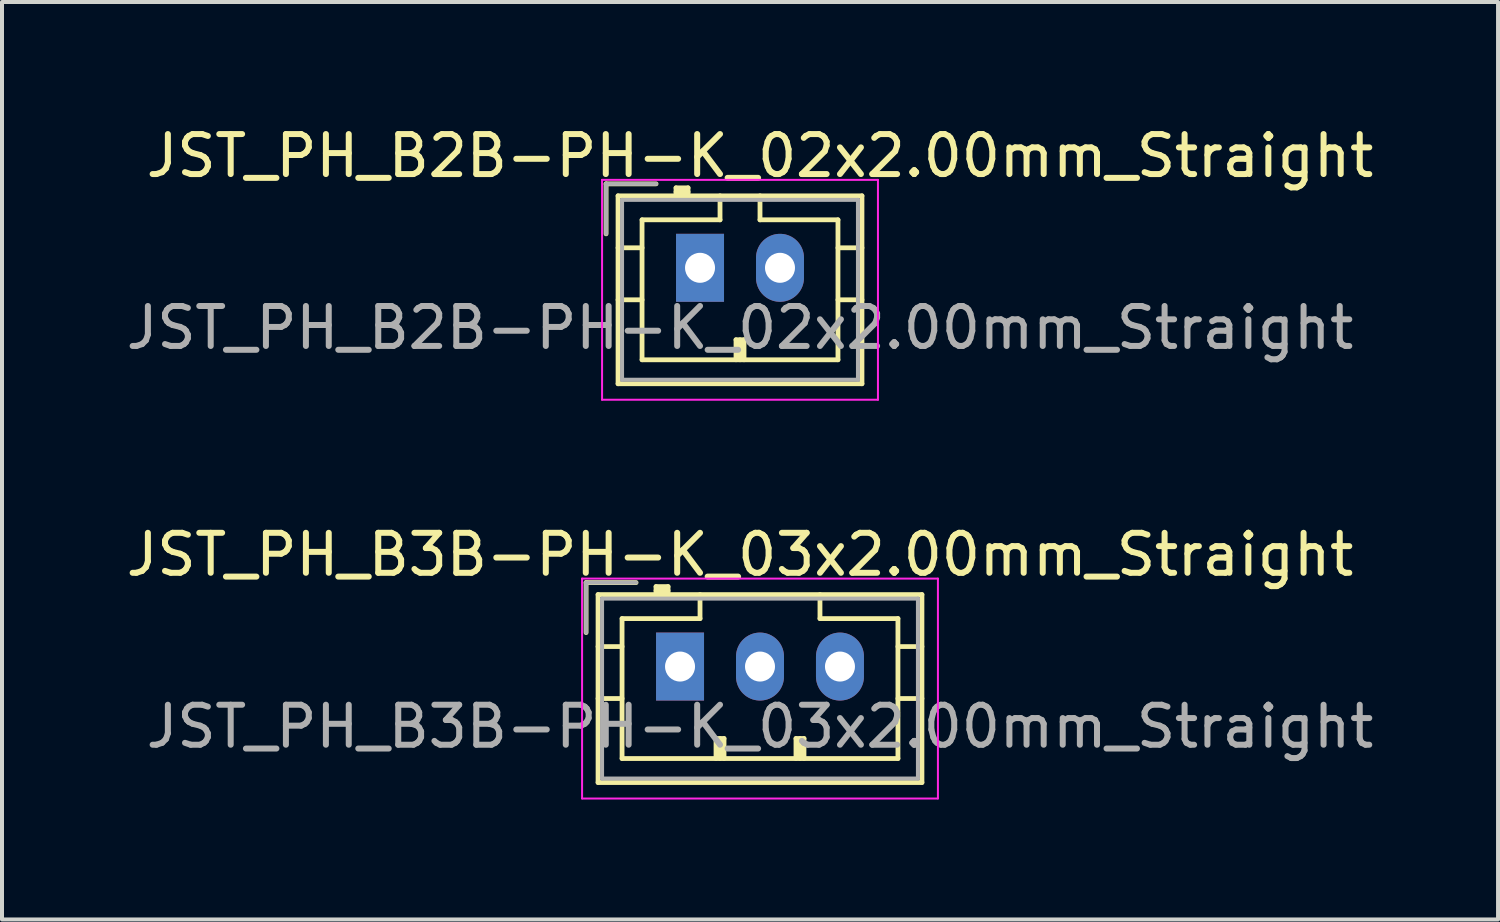
<source format=kicad_pcb>
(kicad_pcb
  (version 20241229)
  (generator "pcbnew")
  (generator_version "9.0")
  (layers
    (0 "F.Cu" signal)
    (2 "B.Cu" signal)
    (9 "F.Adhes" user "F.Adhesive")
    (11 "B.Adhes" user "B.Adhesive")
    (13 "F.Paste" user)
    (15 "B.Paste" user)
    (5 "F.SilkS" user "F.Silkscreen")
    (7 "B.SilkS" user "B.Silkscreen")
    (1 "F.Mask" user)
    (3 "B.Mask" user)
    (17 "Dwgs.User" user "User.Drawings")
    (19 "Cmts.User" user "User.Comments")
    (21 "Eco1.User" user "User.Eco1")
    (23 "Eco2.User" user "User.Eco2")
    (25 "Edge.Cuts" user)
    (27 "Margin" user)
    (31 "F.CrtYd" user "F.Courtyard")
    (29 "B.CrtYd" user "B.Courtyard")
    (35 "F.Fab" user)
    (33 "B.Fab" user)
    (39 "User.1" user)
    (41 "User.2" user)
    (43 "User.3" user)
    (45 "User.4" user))
  (footprint "JST_PH_B2B-PH-K_02x2.00mm_Straight"
    (layer "F.Cu")
    (at 14.458 3.648)
    (property "Reference" "JST_PH_B2B-PH-K_02x2.00mm_Straight" (at 1.5 -2.8 0) (layer "F.SilkS") (effects (font (size 1 1) (thickness 0.15))))
    (attr through_hole)
    (fp_line (start -2.35 -2.1) (end -2.35 -0.85) (stroke (width 0.12) (type solid)) (layer "F.SilkS"))
    (fp_line (start -2.05 -1.8) (end -2.05 2.9) (stroke (width 0.12) (type solid)) (layer "F.SilkS"))
    (fp_line (start -2.05 -0.5) (end -1.45 -0.5) (stroke (width 0.12) (type solid)) (layer "F.SilkS"))
    (fp_line (start -2.05 0.8) (end -1.45 0.8) (stroke (width 0.12) (type solid)) (layer "F.SilkS"))
    (fp_line (start -2.05 2.9) (end 4.05 2.9) (stroke (width 0.12) (type solid)) (layer "F.SilkS"))
    (fp_line (start -1.45 -1.2) (end -1.45 2.3) (stroke (width 0.12) (type solid)) (layer "F.SilkS"))
    (fp_line (start -1.45 2.3) (end 3.45 2.3) (stroke (width 0.12) (type solid)) (layer "F.SilkS"))
    (fp_line (start -1.1 -2.1) (end -2.35 -2.1) (stroke (width 0.12) (type solid)) (layer "F.SilkS"))
    (fp_line (start -0.6 -2) (end -0.6 -1.8) (stroke (width 0.12) (type solid)) (layer "F.SilkS"))
    (fp_line (start -0.3 -2) (end -0.6 -2) (stroke (width 0.12) (type solid)) (layer "F.SilkS"))
    (fp_line (start -0.3 -1.9) (end -0.6 -1.9) (stroke (width 0.12) (type solid)) (layer "F.SilkS"))
    (fp_line (start -0.3 -1.8) (end -0.3 -2) (stroke (width 0.12) (type solid)) (layer "F.SilkS"))
    (fp_line (start 0.5 -1.8) (end 0.5 -1.2) (stroke (width 0.12) (type solid)) (layer "F.SilkS"))
    (fp_line (start 0.5 -1.2) (end -1.45 -1.2) (stroke (width 0.12) (type solid)) (layer "F.SilkS"))
    (fp_line (start 0.9 1.8) (end 1.1 1.8) (stroke (width 0.12) (type solid)) (layer "F.SilkS"))
    (fp_line (start 0.9 2.3) (end 0.9 1.8) (stroke (width 0.12) (type solid)) (layer "F.SilkS"))
    (fp_line (start 1 2.3) (end 1 1.8) (stroke (width 0.12) (type solid)) (layer "F.SilkS"))
    (fp_line (start 1.1 1.8) (end 1.1 2.3) (stroke (width 0.12) (type solid)) (layer "F.SilkS"))
    (fp_line (start 1.5 -1.2) (end 1.5 -1.8) (stroke (width 0.12) (type solid)) (layer "F.SilkS"))
    (fp_line (start 3.45 -1.2) (end 1.5 -1.2) (stroke (width 0.12) (type solid)) (layer "F.SilkS"))
    (fp_line (start 3.45 2.3) (end 3.45 -1.2) (stroke (width 0.12) (type solid)) (layer "F.SilkS"))
    (fp_line (start 4.05 -1.8) (end -2.05 -1.8) (stroke (width 0.12) (type solid)) (layer "F.SilkS"))
    (fp_line (start 4.05 -0.5) (end 3.45 -0.5) (stroke (width 0.12) (type solid)) (layer "F.SilkS"))
    (fp_line (start 4.05 0.8) (end 3.45 0.8) (stroke (width 0.12) (type solid)) (layer "F.SilkS"))
    (fp_line (start 4.05 2.9) (end 4.05 -1.8) (stroke (width 0.12) (type solid)) (layer "F.SilkS"))
    (fp_line (start -2.45 -2.2) (end -2.45 3.3) (stroke (width 0.05) (type solid)) (layer "F.CrtYd"))
    (fp_line (start -2.45 3.3) (end 4.45 3.3) (stroke (width 0.05) (type solid)) (layer "F.CrtYd"))
    (fp_line (start 4.45 -2.2) (end -2.45 -2.2) (stroke (width 0.05) (type solid)) (layer "F.CrtYd"))
    (fp_line (start 4.45 3.3) (end 4.45 -2.2) (stroke (width 0.05) (type solid)) (layer "F.CrtYd"))
    (fp_line (start -2.35 -2.1) (end -2.35 -0.85) (stroke (width 0.1) (type solid)) (layer "F.Fab"))
    (fp_line (start -1.95 -1.7) (end -1.95 2.8) (stroke (width 0.1) (type solid)) (layer "F.Fab"))
    (fp_line (start -1.95 2.8) (end 3.95 2.8) (stroke (width 0.1) (type solid)) (layer "F.Fab"))
    (fp_line (start -1.1 -2.1) (end -2.35 -2.1) (stroke (width 0.1) (type solid)) (layer "F.Fab"))
    (fp_line (start 3.95 -1.7) (end -1.95 -1.7) (stroke (width 0.1) (type solid)) (layer "F.Fab"))
    (fp_line (start 3.95 2.8) (end 3.95 -1.7) (stroke (width 0.1) (type solid)) (layer "F.Fab"))
    (fp_text user "${REFERENCE}" (at 1 1.5 0) (layer "F.Fab") (effects (font (size 1 1) (thickness 0.15))))
    (pad "1" thru_hole rect (at 0 0) (size 1.2 1.7) (drill 0.75) (layers "*.Cu" "*.Mask"))
    (pad "2" thru_hole oval (at 2 0) (size 1.2 1.7) (drill 0.75) (layers "*.Cu" "*.Mask")))
  (footprint "JST_PH_B3B-PH-K_03x2.00mm_Straight"
    (layer "F.Cu")
    (at 13.958 13.621)
    (property "Reference" "JST_PH_B3B-PH-K_03x2.00mm_Straight" (at 1.5 -2.8 0) (layer "F.SilkS") (effects (font (size 1 1) (thickness 0.15))))
    (attr through_hole)
    (fp_line (start -2.35 -2.1) (end -2.35 -0.85) (stroke (width 0.12) (type solid)) (layer "F.SilkS"))
    (fp_line (start -2.05 -1.8) (end -2.05 2.9) (stroke (width 0.12) (type solid)) (layer "F.SilkS"))
    (fp_line (start -2.05 -0.5) (end -1.45 -0.5) (stroke (width 0.12) (type solid)) (layer "F.SilkS"))
    (fp_line (start -2.05 0.8) (end -1.45 0.8) (stroke (width 0.12) (type solid)) (layer "F.SilkS"))
    (fp_line (start -2.05 2.9) (end 6.05 2.9) (stroke (width 0.12) (type solid)) (layer "F.SilkS"))
    (fp_line (start -1.45 -1.2) (end -1.45 2.3) (stroke (width 0.12) (type solid)) (layer "F.SilkS"))
    (fp_line (start -1.45 2.3) (end 5.45 2.3) (stroke (width 0.12) (type solid)) (layer "F.SilkS"))
    (fp_line (start -1.1 -2.1) (end -2.35 -2.1) (stroke (width 0.12) (type solid)) (layer "F.SilkS"))
    (fp_line (start -0.6 -2) (end -0.6 -1.8) (stroke (width 0.12) (type solid)) (layer "F.SilkS"))
    (fp_line (start -0.3 -2) (end -0.6 -2) (stroke (width 0.12) (type solid)) (layer "F.SilkS"))
    (fp_line (start -0.3 -1.9) (end -0.6 -1.9) (stroke (width 0.12) (type solid)) (layer "F.SilkS"))
    (fp_line (start -0.3 -1.8) (end -0.3 -2) (stroke (width 0.12) (type solid)) (layer "F.SilkS"))
    (fp_line (start 0.5 -1.8) (end 0.5 -1.2) (stroke (width 0.12) (type solid)) (layer "F.SilkS"))
    (fp_line (start 0.5 -1.2) (end -1.45 -1.2) (stroke (width 0.12) (type solid)) (layer "F.SilkS"))
    (fp_line (start 0.9 1.8) (end 1.1 1.8) (stroke (width 0.12) (type solid)) (layer "F.SilkS"))
    (fp_line (start 0.9 2.3) (end 0.9 1.8) (stroke (width 0.12) (type solid)) (layer "F.SilkS"))
    (fp_line (start 1 2.3) (end 1 1.8) (stroke (width 0.12) (type solid)) (layer "F.SilkS"))
    (fp_line (start 1.1 1.8) (end 1.1 2.3) (stroke (width 0.12) (type solid)) (layer "F.SilkS"))
    (fp_line (start 2.9 1.8) (end 3.1 1.8) (stroke (width 0.12) (type solid)) (layer "F.SilkS"))
    (fp_line (start 2.9 2.3) (end 2.9 1.8) (stroke (width 0.12) (type solid)) (layer "F.SilkS"))
    (fp_line (start 3 2.3) (end 3 1.8) (stroke (width 0.12) (type solid)) (layer "F.SilkS"))
    (fp_line (start 3.1 1.8) (end 3.1 2.3) (stroke (width 0.12) (type solid)) (layer "F.SilkS"))
    (fp_line (start 3.5 -1.2) (end 3.5 -1.8) (stroke (width 0.12) (type solid)) (layer "F.SilkS"))
    (fp_line (start 5.45 -1.2) (end 3.5 -1.2) (stroke (width 0.12) (type solid)) (layer "F.SilkS"))
    (fp_line (start 5.45 2.3) (end 5.45 -1.2) (stroke (width 0.12) (type solid)) (layer "F.SilkS"))
    (fp_line (start 6.05 -1.8) (end -2.05 -1.8) (stroke (width 0.12) (type solid)) (layer "F.SilkS"))
    (fp_line (start 6.05 -0.5) (end 5.45 -0.5) (stroke (width 0.12) (type solid)) (layer "F.SilkS"))
    (fp_line (start 6.05 0.8) (end 5.45 0.8) (stroke (width 0.12) (type solid)) (layer "F.SilkS"))
    (fp_line (start 6.05 2.9) (end 6.05 -1.8) (stroke (width 0.12) (type solid)) (layer "F.SilkS"))
    (fp_line (start -2.45 -2.2) (end -2.45 3.3) (stroke (width 0.05) (type solid)) (layer "F.CrtYd"))
    (fp_line (start -2.45 3.3) (end 6.45 3.3) (stroke (width 0.05) (type solid)) (layer "F.CrtYd"))
    (fp_line (start 6.45 -2.2) (end -2.45 -2.2) (stroke (width 0.05) (type solid)) (layer "F.CrtYd"))
    (fp_line (start 6.45 3.3) (end 6.45 -2.2) (stroke (width 0.05) (type solid)) (layer "F.CrtYd"))
    (fp_line (start -2.35 -2.1) (end -2.35 -0.85) (stroke (width 0.1) (type solid)) (layer "F.Fab"))
    (fp_line (start -1.95 -1.7) (end -1.95 2.8) (stroke (width 0.1) (type solid)) (layer "F.Fab"))
    (fp_line (start -1.95 2.8) (end 5.95 2.8) (stroke (width 0.1) (type solid)) (layer "F.Fab"))
    (fp_line (start -1.1 -2.1) (end -2.35 -2.1) (stroke (width 0.1) (type solid)) (layer "F.Fab"))
    (fp_line (start 5.95 -1.7) (end -1.95 -1.7) (stroke (width 0.1) (type solid)) (layer "F.Fab"))
    (fp_line (start 5.95 2.8) (end 5.95 -1.7) (stroke (width 0.1) (type solid)) (layer "F.Fab"))
    (fp_text user "${REFERENCE}" (at 2 1.5 0) (layer "F.Fab") (effects (font (size 1 1) (thickness 0.15))))
    (pad "1" thru_hole rect (at 0 0) (size 1.2 1.7) (drill 0.75) (layers "*.Cu" "*.Mask"))
    (pad "2" thru_hole oval (at 2 0) (size 1.2 1.7) (drill 0.75) (layers "*.Cu" "*.Mask"))
    (pad "3" thru_hole oval (at 4 0) (size 1.2 1.7) (drill 0.75) (layers "*.Cu" "*.Mask")))
  (gr_rect
    (start -3 -3)
    (end 34.417 19.947)
    (stroke (width 0.1) (type default))
    (fill no)
    (layer "Edge.Cuts")))
</source>
